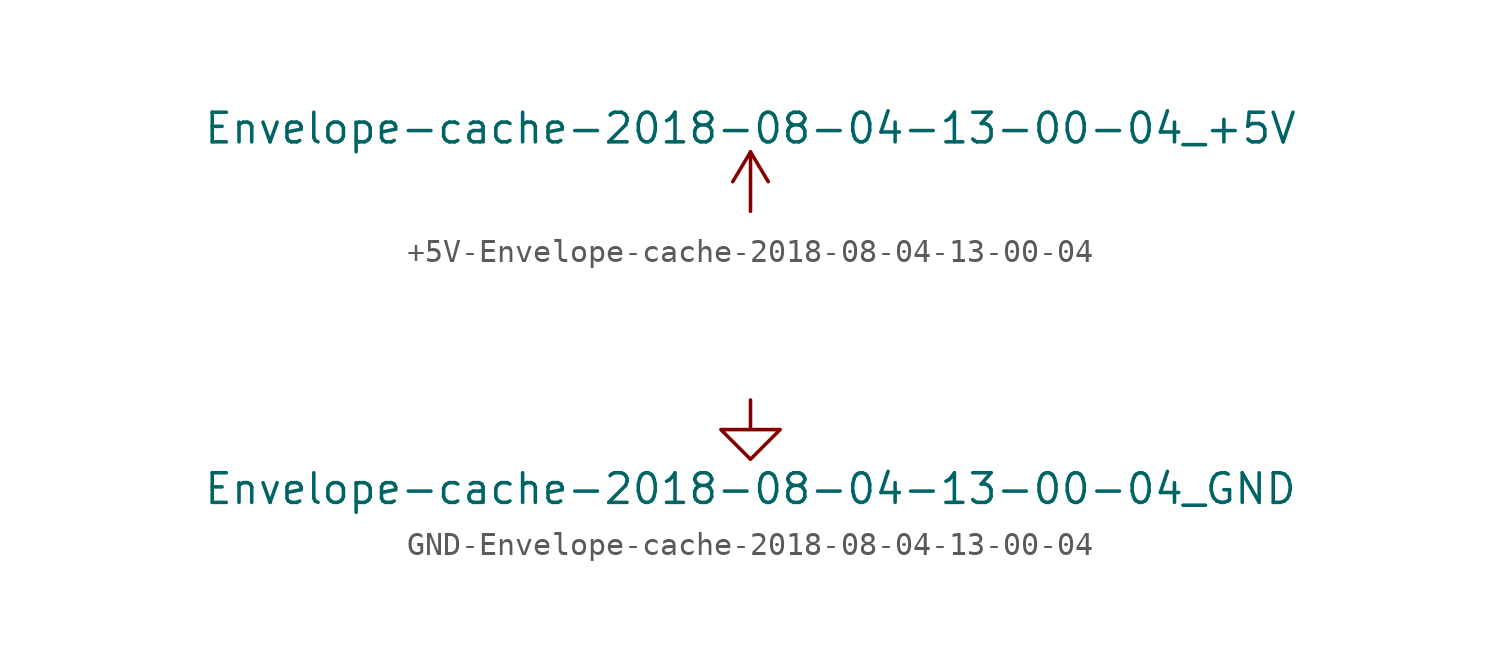
<source format=kicad_sym>
(kicad_symbol_lib
  (version 20231120)
  (generator "kicad_symbol_editor")
  (generator_version "8.0")
  (symbol "+5V-Envelope-cache-2018-08-04-13-00-04"
    (power)
    (pin_names
      (offset 0))
    (property "Reference" "#PWR"
      (at 0 -3.81 0)
      (effects (font (size 1.27 1.27)) (hide yes)))
    (property "Value" "Envelope-cache-2018-08-04-13-00-04_+5V"
      (at 0 3.556 0)
      (effects (font (size 1.27 1.27))))
    (symbol "+5V-Envelope-cache-2018-08-04-13-00-04_0_1"
      (polyline (pts (xy -0.762 1.27) (xy 0 2.54)) (stroke (width 0) (type solid)) (fill (type none)))
      (polyline (pts (xy 0 0) (xy 0 2.54)) (stroke (width 0) (type solid)) (fill (type none)))
      (polyline (pts (xy 0 2.54) (xy 0.762 1.27)) (stroke (width 0) (type solid)) (fill (type none))))
    (symbol "+5V-Envelope-cache-2018-08-04-13-00-04_1_1"
      (pin power_in line (at 0 0 90) (length 0) hide (name "+5V" (effects (font (size 1.27 1.27)))) (number "1" (effects (font (size 1.27 1.27)))))))
  (symbol "GND-Envelope-cache-2018-08-04-13-00-04"
    (power)
    (pin_names
      (offset 0))
    (property "Reference" "#PWR"
      (at 0 -6.35 0)
      (effects (font (size 1.27 1.27)) (hide yes)))
    (property "Value" "Envelope-cache-2018-08-04-13-00-04_GND"
      (at 0 -3.81 0)
      (effects (font (size 1.27 1.27))))
    (symbol "GND-Envelope-cache-2018-08-04-13-00-04_0_1"
      (polyline (pts (xy 0 0) (xy 0 -1.27) (xy 1.27 -1.27) (xy 0 -2.54) (xy -1.27 -1.27) (xy 0 -1.27)) (stroke (width 0) (type solid)) (fill (type none))))
    (symbol "GND-Envelope-cache-2018-08-04-13-00-04_1_1"
      (pin power_in line (at 0 0 270) (length 0) hide (name "GND" (effects (font (size 1.27 1.27)))) (number "1" (effects (font (size 1.27 1.27))))))))
</source>
